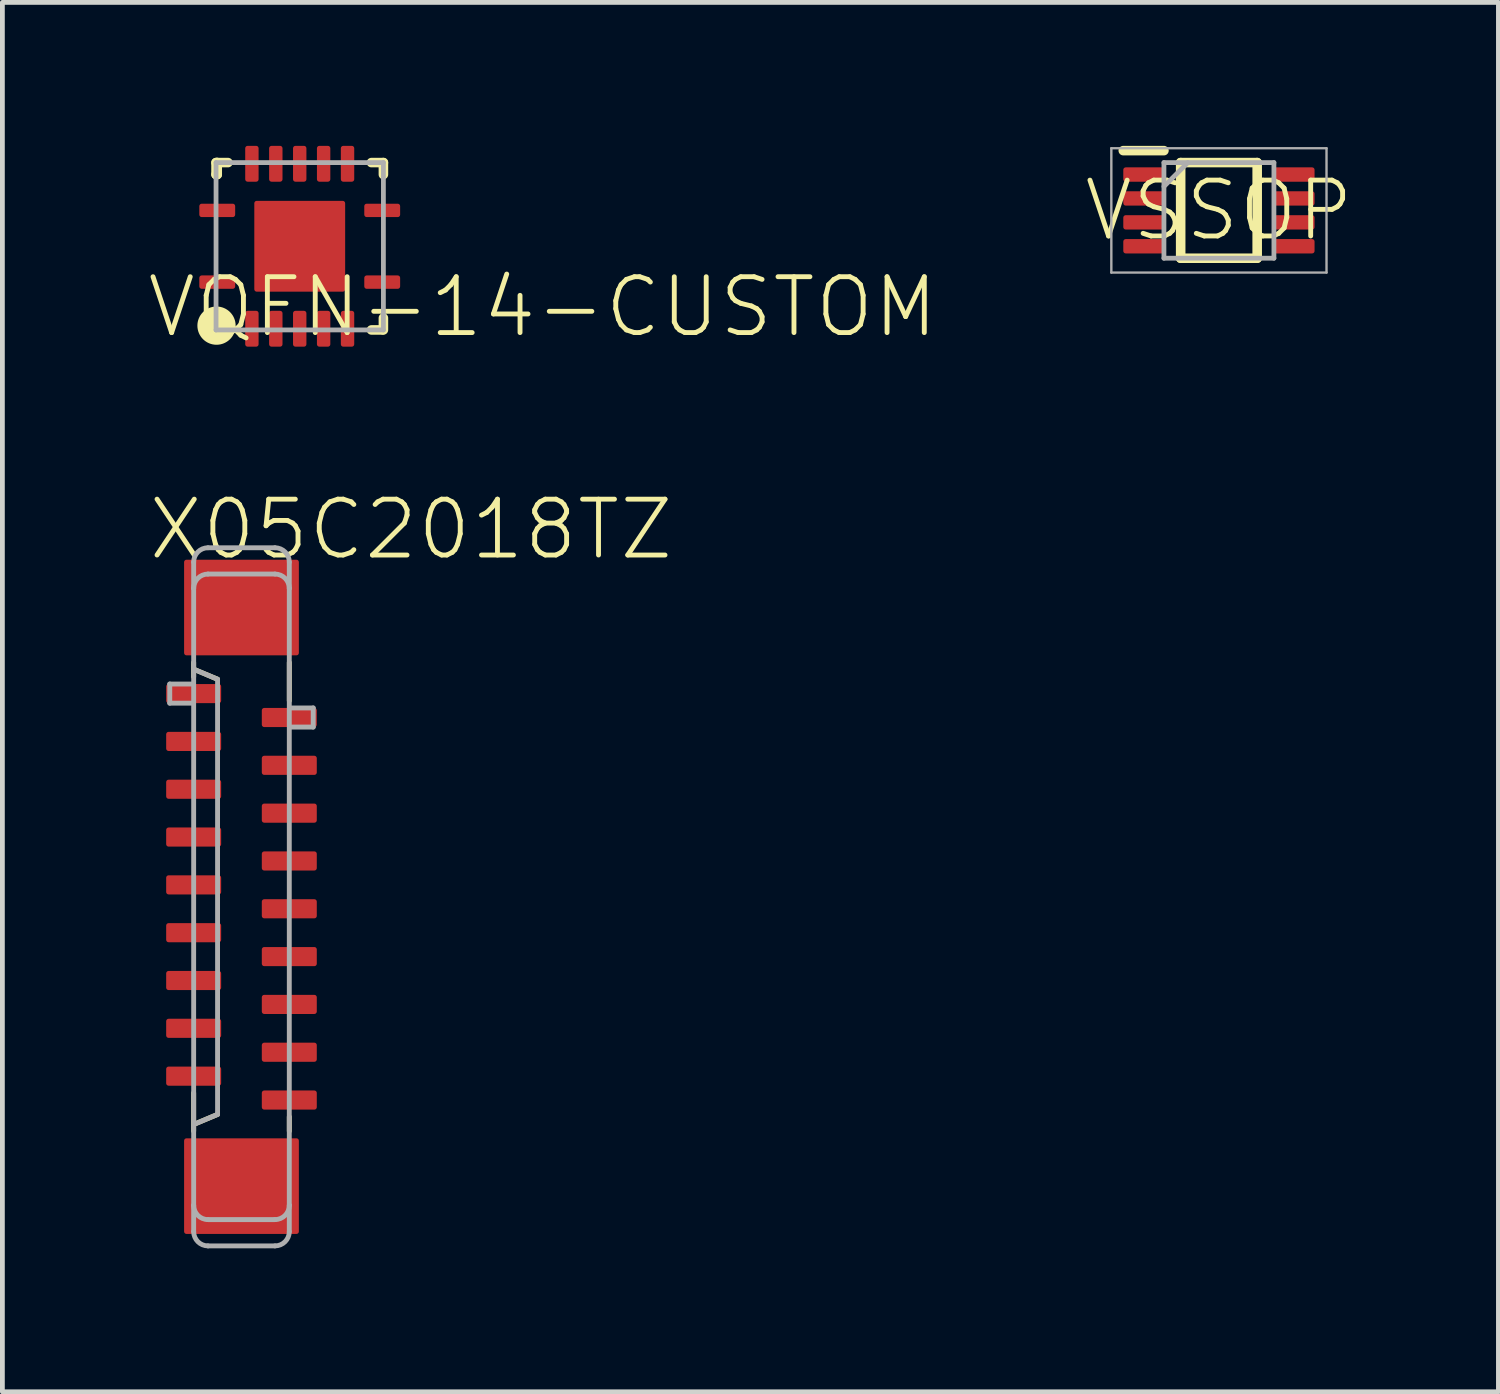
<source format=kicad_pcb>
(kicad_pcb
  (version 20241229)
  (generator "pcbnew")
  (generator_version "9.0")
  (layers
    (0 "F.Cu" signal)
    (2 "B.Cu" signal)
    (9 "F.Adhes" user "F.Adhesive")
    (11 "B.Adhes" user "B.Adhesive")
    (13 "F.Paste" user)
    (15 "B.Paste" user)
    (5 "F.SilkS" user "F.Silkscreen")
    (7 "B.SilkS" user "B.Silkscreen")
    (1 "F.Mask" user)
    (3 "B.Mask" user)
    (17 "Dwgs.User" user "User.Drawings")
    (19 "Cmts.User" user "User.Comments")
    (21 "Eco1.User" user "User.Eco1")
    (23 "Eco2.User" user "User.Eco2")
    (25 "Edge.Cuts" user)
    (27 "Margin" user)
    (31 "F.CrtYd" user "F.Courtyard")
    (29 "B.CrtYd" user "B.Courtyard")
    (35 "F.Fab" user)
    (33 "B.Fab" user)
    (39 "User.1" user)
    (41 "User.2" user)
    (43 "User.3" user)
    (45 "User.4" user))
  (footprint "VSSOP"
    (layer "F.Cu")
    (at 22.441 1.35)
    (property "Reference" "VSSOP" (at 0 0 0) (layer "F.SilkS") (effects (font (size 1.168 1.168) (thickness 0.102))))
    (fp_line (start -2 -1.25) (end -1.15 -1.25) (stroke (width 0.2) (type solid)) (layer "F.SilkS"))
    (fp_line (start -0.8 -1) (end 0.8 -1) (stroke (width 0.2) (type solid)) (layer "F.SilkS"))
    (fp_line (start -0.8 1) (end -0.8 -1) (stroke (width 0.2) (type solid)) (layer "F.SilkS"))
    (fp_line (start 0.8 -1) (end 0.8 1) (stroke (width 0.2) (type solid)) (layer "F.SilkS"))
    (fp_line (start 0.8 1) (end -0.8 1) (stroke (width 0.2) (type solid)) (layer "F.SilkS"))
    (fp_line (start -2.25 -1.3) (end 2.25 -1.3) (stroke (width 0.05) (type solid)) (layer "F.Fab"))
    (fp_line (start -2.25 1.3) (end -2.25 -1.3) (stroke (width 0.05) (type solid)) (layer "F.Fab"))
    (fp_line (start -1.15 -1) (end 1.15 -1) (stroke (width 0.1) (type solid)) (layer "F.Fab"))
    (fp_line (start -1.15 -0.5) (end -0.65 -1) (stroke (width 0.1) (type solid)) (layer "F.Fab"))
    (fp_line (start -1.15 1) (end -1.15 -1) (stroke (width 0.1) (type solid)) (layer "F.Fab"))
    (fp_line (start 1.15 -1) (end 1.15 1) (stroke (width 0.1) (type solid)) (layer "F.Fab"))
    (fp_line (start 1.15 1) (end -1.15 1) (stroke (width 0.1) (type solid)) (layer "F.Fab"))
    (fp_line (start 2.25 -1.3) (end 2.25 1.3) (stroke (width 0.05) (type solid)) (layer "F.Fab"))
    (fp_line (start 2.25 1.3) (end -2.25 1.3) (stroke (width 0.05) (type solid)) (layer "F.Fab"))
    (pad "1" smd roundrect (at -1.575 -0.75) (size 0.85 0.3) (layers "F.Cu" "F.Mask" "F.Paste") (roundrect_rratio 0.169))
    (pad "2" smd roundrect (at -1.575 -0.25) (size 0.85 0.3) (layers "F.Cu" "F.Mask" "F.Paste") (roundrect_rratio 0.169))
    (pad "3" smd roundrect (at -1.575 0.25) (size 0.85 0.3) (layers "F.Cu" "F.Mask" "F.Paste") (roundrect_rratio 0.169))
    (pad "4" smd roundrect (at -1.575 0.75) (size 0.85 0.3) (layers "F.Cu" "F.Mask" "F.Paste") (roundrect_rratio 0.169))
    (pad "5" smd roundrect (at 1.575 0.75) (size 0.85 0.3) (layers "F.Cu" "F.Mask" "F.Paste") (roundrect_rratio 0.169))
    (pad "6" smd roundrect (at 1.575 0.25) (size 0.85 0.3) (layers "F.Cu" "F.Mask" "F.Paste") (roundrect_rratio 0.169))
    (pad "7" smd roundrect (at 1.575 -0.25) (size 0.85 0.3) (layers "F.Cu" "F.Mask" "F.Paste") (roundrect_rratio 0.169))
    (pad "8" smd roundrect (at 1.575 -0.75) (size 0.85 0.3) (layers "F.Cu" "F.Mask" "F.Paste") (roundrect_rratio 0.169)))
  (footprint "VQFN-14-CUSTOM"
    (layer "F.Cu")
    (at 3.218 2.1)
    (property "Reference" "VQFN-14-CUSTOM" (at 5.08 1.27 0) (layer "F.SilkS") (effects (font (size 1.168 1.168) (thickness 0.102))))
    (fp_line (start -1.75 -1.75) (end -1.725 -1.75) (stroke (width 0.2) (type solid)) (layer "F.SilkS"))
    (fp_line (start -1.75 -1.5) (end -1.75 -1.75) (stroke (width 0.2) (type solid)) (layer "F.SilkS"))
    (fp_line (start -1.75 1.725) (end -1.5 1.725) (stroke (width 0.2) (type solid)) (layer "F.SilkS"))
    (fp_line (start -1.75 1.75) (end -1.75 1.725) (stroke (width 0.2) (type solid)) (layer "F.SilkS"))
    (fp_line (start -1.725 -1.75) (end -1.725 -1.5) (stroke (width 0.2) (type solid)) (layer "F.SilkS"))
    (fp_line (start -1.725 -1.75) (end -1.5 -1.75) (stroke (width 0.2) (type solid)) (layer "F.SilkS"))
    (fp_line (start -1.725 -1.5) (end -1.75 -1.5) (stroke (width 0.2) (type solid)) (layer "F.SilkS"))
    (fp_line (start -1.5 1.725) (end -1.5 1.75) (stroke (width 0.2) (type solid)) (layer "F.SilkS"))
    (fp_line (start 1.725 1.75) (end 1.5 1.75) (stroke (width 0.2) (type solid)) (layer "F.SilkS"))
    (fp_line (start 1.75 -1.75) (end 1.5 -1.75) (stroke (width 0.2) (type solid)) (layer "F.SilkS"))
    (fp_line (start 1.75 -1.5) (end 1.75 -1.75) (stroke (width 0.2) (type solid)) (layer "F.SilkS"))
    (fp_line (start 1.75 1.5) (end 1.75 1.75) (stroke (width 0.2) (type solid)) (layer "F.SilkS"))
    (fp_circle (center -1.74 1.66) (end -1.54 1.66) (stroke (width 0.4) (type solid)) (fill yes) (layer "F.SilkS"))
    (fp_line (start -1.75 -1.75) (end -1.75 1.75) (stroke (width 0.1) (type solid)) (layer "F.Fab"))
    (fp_line (start -1.75 1.75) (end 1.75 1.75) (stroke (width 0.1) (type solid)) (layer "F.Fab"))
    (fp_line (start 1.75 -1.75) (end -1.75 -1.75) (stroke (width 0.1) (type solid)) (layer "F.Fab"))
    (fp_line (start 1.75 1.75) (end 1.75 -1.75) (stroke (width 0.1) (type solid)) (layer "F.Fab"))
    (pad "1" smd roundrect (at -1.725 0.75) (size 0.75 0.28) (layers "F.Cu" "F.Mask" "F.Paste") (roundrect_rratio 0.181))
    (pad "2" smd roundrect (at -1 1.725 90) (size 0.75 0.28) (layers "F.Cu" "F.Mask" "F.Paste") (roundrect_rratio 0.181))
    (pad "3" smd roundrect (at -0.5 1.725 90) (size 0.75 0.28) (layers "F.Cu" "F.Mask" "F.Paste") (roundrect_rratio 0.181))
    (pad "4" smd roundrect (at 0 1.725 90) (size 0.75 0.28) (layers "F.Cu" "F.Mask" "F.Paste") (roundrect_rratio 0.181))
    (pad "5" smd roundrect (at 0.5 1.725 90) (size 0.75 0.28) (layers "F.Cu" "F.Mask" "F.Paste") (roundrect_rratio 0.181))
    (pad "6" smd roundrect (at 1 1.725 90) (size 0.75 0.28) (layers "F.Cu" "F.Mask" "F.Paste") (roundrect_rratio 0.181))
    (pad "7" smd roundrect (at 1.725 0.75) (size 0.75 0.28) (layers "F.Cu" "F.Mask" "F.Paste") (roundrect_rratio 0.181))
    (pad "8" smd roundrect (at 1.725 -0.75) (size 0.75 0.28) (layers "F.Cu" "F.Mask" "F.Paste") (roundrect_rratio 0.181))
    (pad "9" smd roundrect (at 1 -1.725 90) (size 0.75 0.28) (layers "F.Cu" "F.Mask" "F.Paste") (roundrect_rratio 0.181))
    (pad "10" smd roundrect (at 0.5 -1.725 90) (size 0.75 0.28) (layers "F.Cu" "F.Mask" "F.Paste") (roundrect_rratio 0.181))
    (pad "11" smd roundrect (at 0 -1.725 90) (size 0.75 0.28) (layers "F.Cu" "F.Mask" "F.Paste") (roundrect_rratio 0.181))
    (pad "12" smd roundrect (at -0.5 -1.725 90) (size 0.75 0.28) (layers "F.Cu" "F.Mask" "F.Paste") (roundrect_rratio 0.181))
    (pad "13" smd roundrect (at -1 -1.725 90) (size 0.75 0.28) (layers "F.Cu" "F.Mask" "F.Paste") (roundrect_rratio 0.181))
    (pad "14" smd roundrect (at -1.725 -0.75) (size 0.75 0.28) (layers "F.Cu" "F.Mask" "F.Paste") (roundrect_rratio 0.181))
    (pad "15" smd roundrect (at 0 0) (size 1.9 1.9) (layers "F.Cu" "F.Mask" "F.Paste") (roundrect_rratio 0.027)))
  (footprint "X05C2018TZ"
    (layer "F.Cu")
    (at 2 15.705)
    (property "Reference" "X05C2018TZ" (at -2 -7 0) (layer "F.SilkS") (effects (font (size 1.168 1.168) (thickness 0.102)) (justify left bottom)))
    (fp_line (start -1 -4.6) (end -1 -4.9) (stroke (width 0.102) (type solid)) (layer "F.SilkS"))
    (fp_line (start -1 4.9) (end -1 4.1) (stroke (width 0.102) (type solid)) (layer "F.SilkS"))
    (fp_line (start -0.975 -4.75) (end -0.5 -4.55) (stroke (width 0.102) (type solid)) (layer "F.SilkS"))
    (fp_line (start -0.975 4.75) (end -0.5 4.55) (stroke (width 0.102) (type solid)) (layer "F.SilkS"))
    (fp_line (start 1 -4.1) (end 1 -4.9) (stroke (width 0.102) (type solid)) (layer "F.SilkS"))
    (fp_line (start 1 4.9) (end 1 4.6) (stroke (width 0.102) (type solid)) (layer "F.SilkS"))
    (fp_line (start -1.5 -4.45) (end -1.05 -4.45) (stroke (width 0.102) (type solid)) (layer "F.Fab"))
    (fp_line (start -1.5 -4.05) (end -1.5 -4.45) (stroke (width 0.102) (type solid)) (layer "F.Fab"))
    (fp_line (start -1.05 -4.05) (end -1.5 -4.05) (stroke (width 0.102) (type solid)) (layer "F.Fab"))
    (fp_line (start -1 -7) (end -1 -6.45) (stroke (width 0.102) (type solid)) (layer "F.Fab"))
    (fp_line (start -1 -6.45) (end -1 6.45) (stroke (width 0.102) (type solid)) (layer "F.Fab"))
    (fp_line (start -1 7) (end -1 6.45) (stroke (width 0.102) (type solid)) (layer "F.Fab"))
    (fp_line (start -0.975 -4.75) (end -0.5 -4.55) (stroke (width 0.102) (type solid)) (layer "F.Fab"))
    (fp_line (start -0.7 6.75) (end 0.7 6.75) (stroke (width 0.102) (type solid)) (layer "F.Fab"))
    (fp_line (start -0.7 7.3) (end 0.7 7.3) (stroke (width 0.102) (type solid)) (layer "F.Fab"))
    (fp_line (start -0.5 -4.55) (end -0.5 4.55) (stroke (width 0.102) (type solid)) (layer "F.Fab"))
    (fp_line (start -0.5 4.55) (end -0.975 4.75) (stroke (width 0.102) (type solid)) (layer "F.Fab"))
    (fp_line (start 0.7 -7.3) (end -0.7 -7.3) (stroke (width 0.102) (type solid)) (layer "F.Fab"))
    (fp_line (start 0.7 -6.75) (end -0.7 -6.75) (stroke (width 0.102) (type solid)) (layer "F.Fab"))
    (fp_line (start 1 -7) (end 1 -6.45) (stroke (width 0.102) (type solid)) (layer "F.Fab"))
    (fp_line (start 1 6.45) (end 1 -6.45) (stroke (width 0.102) (type solid)) (layer "F.Fab"))
    (fp_line (start 1 7) (end 1 6.45) (stroke (width 0.102) (type solid)) (layer "F.Fab"))
    (fp_line (start 1.05 -3.95) (end 1.5 -3.95) (stroke (width 0.102) (type solid)) (layer "F.Fab"))
    (fp_line (start 1.5 -3.95) (end 1.5 -3.55) (stroke (width 0.102) (type solid)) (layer "F.Fab"))
    (fp_line (start 1.5 -3.55) (end 1.05 -3.55) (stroke (width 0.102) (type solid)) (layer "F.Fab"))
    (fp_arc (start -1 -7) (mid -0.912132 -7.212132) (end -0.7 -7.3) (stroke (width 0.1016) (type solid)) (layer "F.Fab"))
    (fp_arc (start -1 -6.45) (mid -0.912132 -6.662132) (end -0.7 -6.75) (stroke (width 0.1016) (type solid)) (layer "F.Fab"))
    (fp_arc (start -0.7 6.75) (mid -0.912132 6.662132) (end -1 6.45) (stroke (width 0.1016) (type solid)) (layer "F.Fab"))
    (fp_arc (start -0.7 7.3) (mid -0.912132 7.212132) (end -1 7) (stroke (width 0.1016) (type solid)) (layer "F.Fab"))
    (fp_arc (start 0.7 -7.3) (mid 0.912132 -7.212132) (end 1 -7) (stroke (width 0.1016) (type solid)) (layer "F.Fab"))
    (fp_arc (start 0.7 -6.75) (mid 0.912132 -6.662132) (end 1 -6.45) (stroke (width 0.1016) (type solid)) (layer "F.Fab"))
    (fp_arc (start 1 6.45) (mid 0.912132 6.662132) (end 0.7 6.75) (stroke (width 0.1016) (type solid)) (layer "F.Fab"))
    (fp_arc (start 1 7) (mid 0.912132 7.212132) (end 0.7 7.3) (stroke (width 0.1016) (type solid)) (layer "F.Fab"))
    (pad "1" smd roundrect (at -1 -4.25 270) (size 0.4 1.15) (layers "F.Cu" "F.Mask" "F.Paste") (roundrect_rratio 0.127))
    (pad "2" smd roundrect (at 1 -3.75 90) (size 0.4 1.15) (layers "F.Cu" "F.Mask" "F.Paste") (roundrect_rratio 0.127))
    (pad "3" smd roundrect (at -1 -3.25 270) (size 0.4 1.15) (layers "F.Cu" "F.Mask" "F.Paste") (roundrect_rratio 0.127))
    (pad "4" smd roundrect (at 1 -2.75 90) (size 0.4 1.15) (layers "F.Cu" "F.Mask" "F.Paste") (roundrect_rratio 0.127))
    (pad "5" smd roundrect (at -1 -2.25 270) (size 0.4 1.15) (layers "F.Cu" "F.Mask" "F.Paste") (roundrect_rratio 0.127))
    (pad "6" smd roundrect (at 1 -1.75 90) (size 0.4 1.15) (layers "F.Cu" "F.Mask" "F.Paste") (roundrect_rratio 0.127))
    (pad "7" smd roundrect (at -1 -1.25 270) (size 0.4 1.15) (layers "F.Cu" "F.Mask" "F.Paste") (roundrect_rratio 0.127))
    (pad "8" smd roundrect (at 1 -0.75 90) (size 0.4 1.15) (layers "F.Cu" "F.Mask" "F.Paste") (roundrect_rratio 0.127))
    (pad "9" smd roundrect (at -1 -0.25 270) (size 0.4 1.15) (layers "F.Cu" "F.Mask" "F.Paste") (roundrect_rratio 0.127))
    (pad "10" smd roundrect (at 1 0.25 90) (size 0.4 1.15) (layers "F.Cu" "F.Mask" "F.Paste") (roundrect_rratio 0.127))
    (pad "11" smd roundrect (at -1 0.75 270) (size 0.4 1.15) (layers "F.Cu" "F.Mask" "F.Paste") (roundrect_rratio 0.127))
    (pad "12" smd roundrect (at 1 1.25 90) (size 0.4 1.15) (layers "F.Cu" "F.Mask" "F.Paste") (roundrect_rratio 0.127))
    (pad "13" smd roundrect (at -1 1.75 270) (size 0.4 1.15) (layers "F.Cu" "F.Mask" "F.Paste") (roundrect_rratio 0.127))
    (pad "14" smd roundrect (at 1 2.25 90) (size 0.4 1.15) (layers "F.Cu" "F.Mask" "F.Paste") (roundrect_rratio 0.127))
    (pad "15" smd roundrect (at -1 2.75 270) (size 0.4 1.15) (layers "F.Cu" "F.Mask" "F.Paste") (roundrect_rratio 0.127))
    (pad "16" smd roundrect (at 1 3.25 90) (size 0.4 1.15) (layers "F.Cu" "F.Mask" "F.Paste") (roundrect_rratio 0.127))
    (pad "17" smd roundrect (at -1 3.75 270) (size 0.4 1.15) (layers "F.Cu" "F.Mask" "F.Paste") (roundrect_rratio 0.127))
    (pad "18" smd roundrect (at 1 4.25 90) (size 0.4 1.15) (layers "F.Cu" "F.Mask" "F.Paste") (roundrect_rratio 0.127))
    (pad "M1" smd roundrect (at 0 -6.05 270) (size 2 2.4) (layers "F.Cu" "F.Mask" "F.Paste") (roundrect_rratio 0.025))
    (pad "M2" smd roundrect (at 0 6.05 270) (size 2 2.4) (layers "F.Cu" "F.Mask" "F.Paste") (roundrect_rratio 0.025)))
  (gr_rect
    (start -3 -3)
    (end 28.286 26.056)
    (stroke (width 0.1) (type default))
    (fill no)
    (layer "Edge.Cuts")))
</source>
